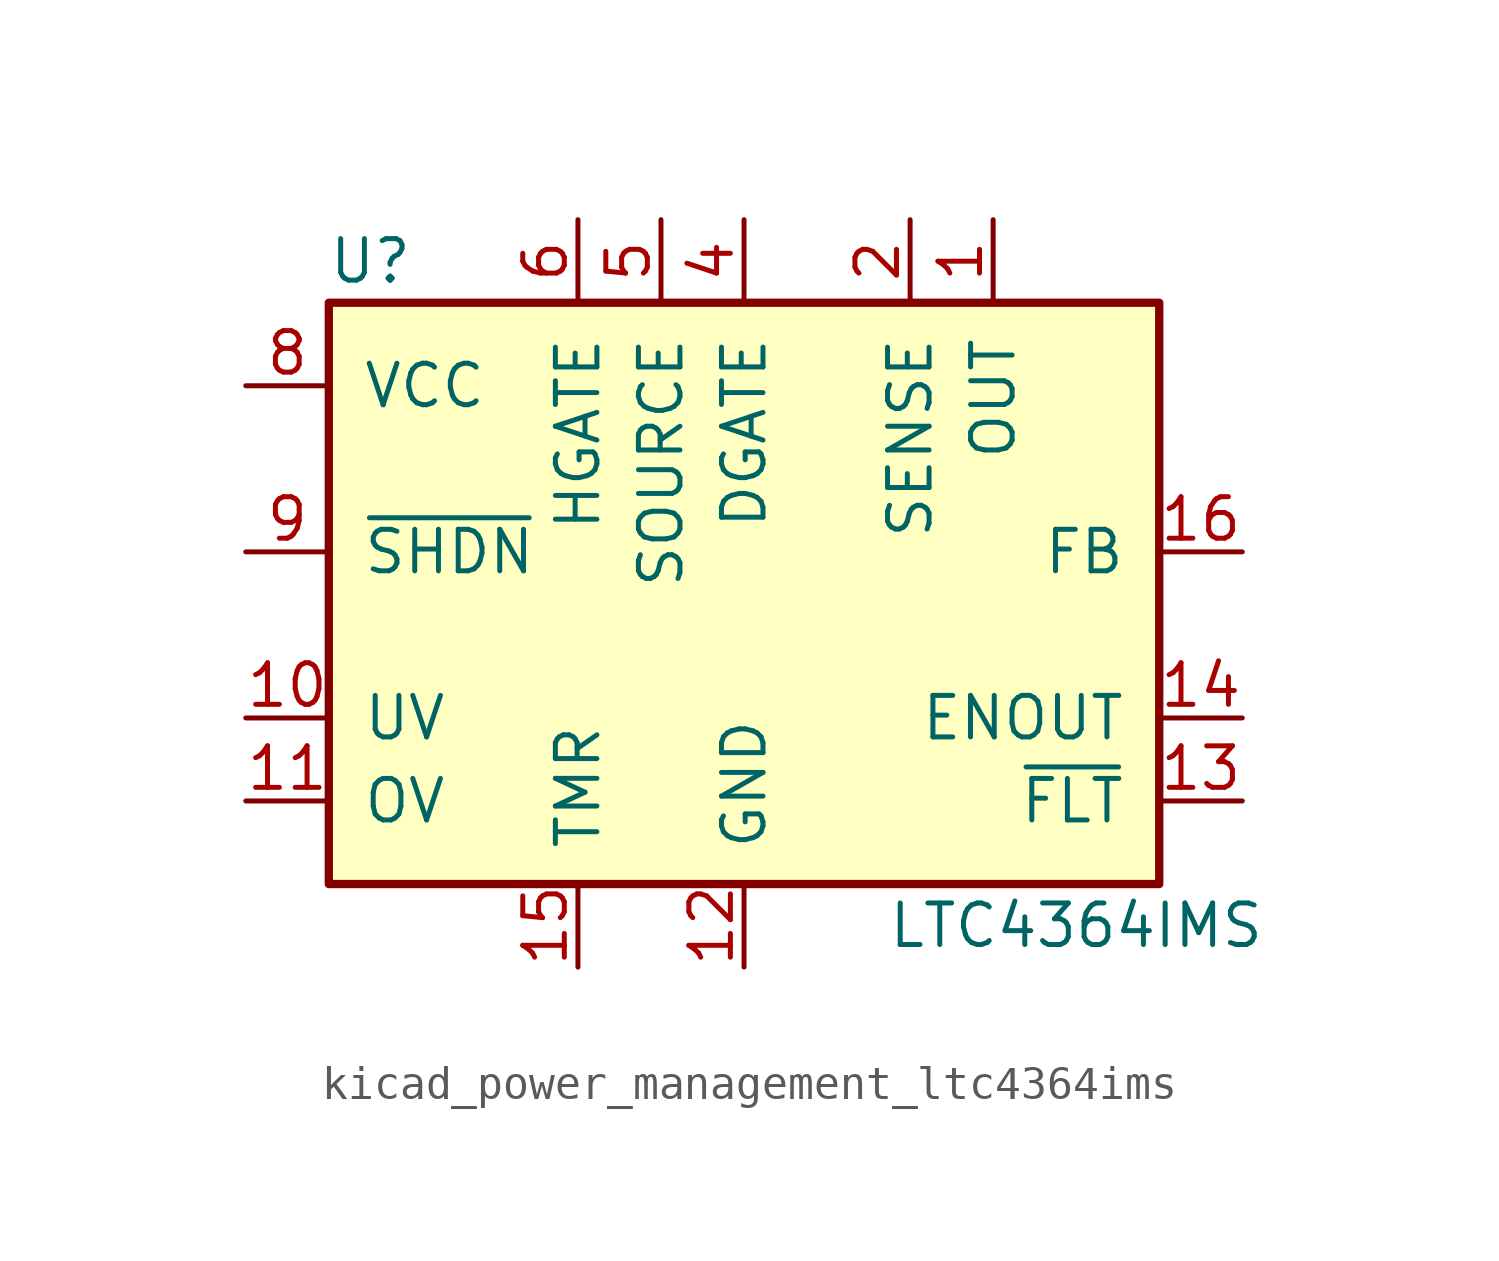
<source format=kicad_sym>
(kicad_symbol_lib
  (version 20220914)
  (generator kicad_symbol_editor)
  (symbol "kicad_power_management_ltc4364ims"
    (pin_names
      (offset 1.016))
    (property "Reference" "U"
      (at -11.43 8.89 0)
      (effects (font (size 1.27 1.27))))
    (property "Value" "LTC4364IMS"
      (at 10.16 -11.43 0)
      (effects (font (size 1.27 1.27))))
    (symbol "kicad_power_management_ltc4364ims_0_1"
      (rectangle (start -12.7 7.62) (end 12.7 -10.16) (stroke (width 0.254) (type default)) (fill (type background))))
    (symbol "kicad_power_management_ltc4364ims_1_1"
      (pin input line (at 7.62 10.16 270) (length 2.54) (name "OUT" (effects (font (size 1.27 1.27)))) (number "1" (effects (font (size 1.27 1.27)))))
      (pin input line (at -15.24 -5.08 0) (length 2.54) (name "UV" (effects (font (size 1.27 1.27)))) (number "10" (effects (font (size 1.27 1.27)))))
      (pin input line (at -15.24 -7.62 0) (length 2.54) (name "OV" (effects (font (size 1.27 1.27)))) (number "11" (effects (font (size 1.27 1.27)))))
      (pin power_in line (at 0 -12.7 90) (length 2.54) (name "GND" (effects (font (size 1.27 1.27)))) (number "12" (effects (font (size 1.27 1.27)))))
      (pin open_collector line (at 15.24 -7.62 180) (length 2.54) (name "~{FLT}" (effects (font (size 1.27 1.27)))) (number "13" (effects (font (size 1.27 1.27)))))
      (pin open_collector line (at 15.24 -5.08 180) (length 2.54) (name "ENOUT" (effects (font (size 1.27 1.27)))) (number "14" (effects (font (size 1.27 1.27)))))
      (pin input line (at -5.08 -12.7 90) (length 2.54) (name "TMR" (effects (font (size 1.27 1.27)))) (number "15" (effects (font (size 1.27 1.27)))))
      (pin input line (at 15.24 0 180) (length 2.54) (name "FB" (effects (font (size 1.27 1.27)))) (number "16" (effects (font (size 1.27 1.27)))))
      (pin input line (at 5.08 10.16 270) (length 2.54) (name "SENSE" (effects (font (size 1.27 1.27)))) (number "2" (effects (font (size 1.27 1.27)))))
      (pin no_connect line (at 12.7 2.54 180) (length 2.54) hide (name "NC" (effects (font (size 1.27 1.27)))) (number "3" (effects (font (size 1.27 1.27)))))
      (pin output line (at 0 10.16 270) (length 2.54) (name "DGATE" (effects (font (size 1.27 1.27)))) (number "4" (effects (font (size 1.27 1.27)))))
      (pin input line (at -2.54 10.16 270) (length 2.54) (name "SOURCE" (effects (font (size 1.27 1.27)))) (number "5" (effects (font (size 1.27 1.27)))))
      (pin output line (at -5.08 10.16 270) (length 2.54) (name "HGATE" (effects (font (size 1.27 1.27)))) (number "6" (effects (font (size 1.27 1.27)))))
      (pin no_connect line (at 12.7 5.08 180) (length 2.54) hide (name "NC" (effects (font (size 1.27 1.27)))) (number "7" (effects (font (size 1.27 1.27)))))
      (pin power_in line (at -15.24 5.08 0) (length 2.54) (name "VCC" (effects (font (size 1.27 1.27)))) (number "8" (effects (font (size 1.27 1.27)))))
      (pin input line (at -15.24 0 0) (length 2.54) (name "~{SHDN}" (effects (font (size 1.27 1.27)))) (number "9" (effects (font (size 1.27 1.27))))))))
</source>
